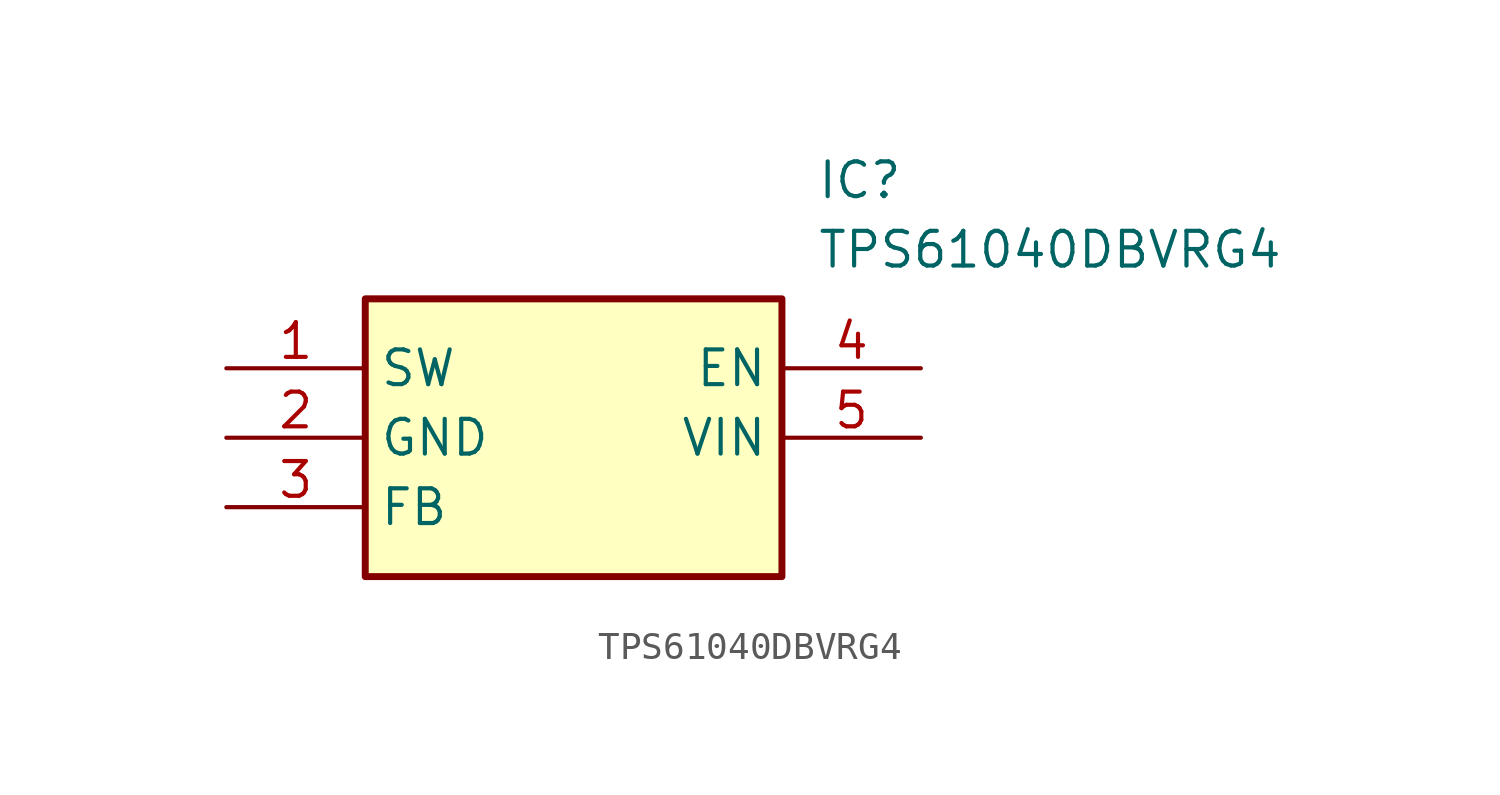
<source format=kicad_sym>
(kicad_symbol_lib
  (version 20211014)
  (generator SamacSys_ECAD_Model)
  (symbol "TPS61040DBVRG4"
    (property "Reference" "IC"
      (at 21.59 7.62 0)
      (effects (font (size 1.27 1.27)) (justify left top)))
    (property "Value" "TPS61040DBVRG4"
      (at 21.59 5.08 0)
      (effects (font (size 1.27 1.27)) (justify left top)))
    (rectangle
      (start 5.08 2.54)
      (end 20.32 -7.62)
      (stroke (width 0.254) (type default))
      (fill (type background)))
    (pin input line
      (at 0 0 0)
      (length 5.08)
      (name "SW" (effects (font (size 1.27 1.27))))
      (number "1" (effects (font (size 1.27 1.27)))))
    (pin power_in line
      (at 0 -2.54 0)
      (length 5.08)
      (name "GND" (effects (font (size 1.27 1.27))))
      (number "2" (effects (font (size 1.27 1.27)))))
    (pin input line
      (at 0 -5.08 0)
      (length 5.08)
      (name "FB" (effects (font (size 1.27 1.27))))
      (number "3" (effects (font (size 1.27 1.27)))))
    (pin input line
      (at 25.4 0 180)
      (length 5.08)
      (name "EN" (effects (font (size 1.27 1.27))))
      (number "4" (effects (font (size 1.27 1.27)))))
    (pin power_in line
      (at 25.4 -2.54 180)
      (length 5.08)
      (name "VIN" (effects (font (size 1.27 1.27))))
      (number "5" (effects (font (size 1.27 1.27)))))))
</source>
